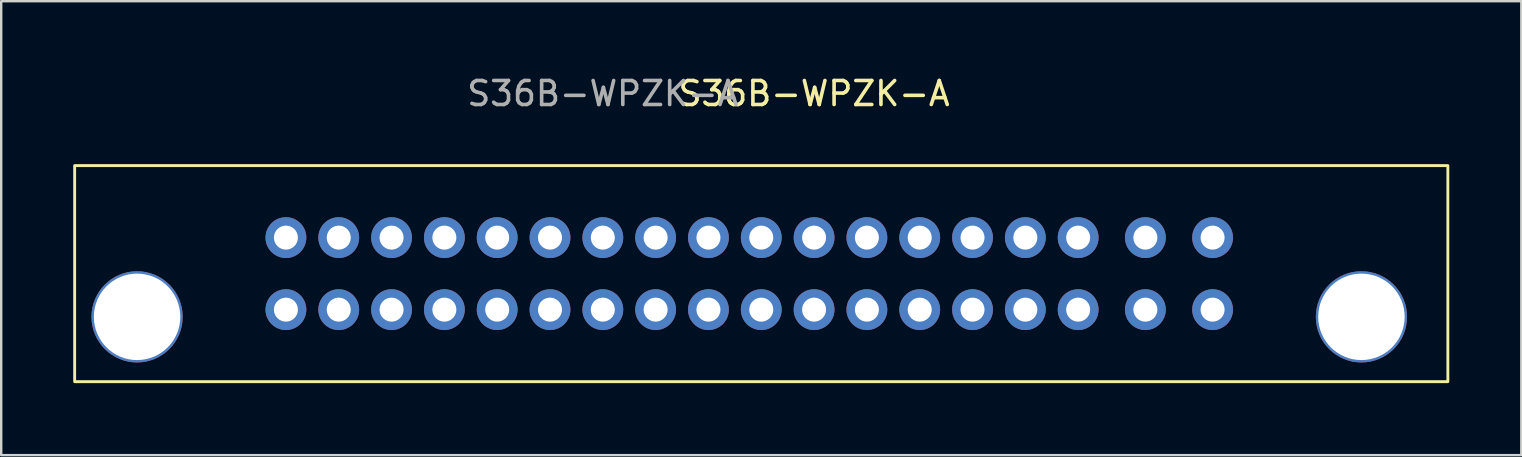
<source format=kicad_pcb>
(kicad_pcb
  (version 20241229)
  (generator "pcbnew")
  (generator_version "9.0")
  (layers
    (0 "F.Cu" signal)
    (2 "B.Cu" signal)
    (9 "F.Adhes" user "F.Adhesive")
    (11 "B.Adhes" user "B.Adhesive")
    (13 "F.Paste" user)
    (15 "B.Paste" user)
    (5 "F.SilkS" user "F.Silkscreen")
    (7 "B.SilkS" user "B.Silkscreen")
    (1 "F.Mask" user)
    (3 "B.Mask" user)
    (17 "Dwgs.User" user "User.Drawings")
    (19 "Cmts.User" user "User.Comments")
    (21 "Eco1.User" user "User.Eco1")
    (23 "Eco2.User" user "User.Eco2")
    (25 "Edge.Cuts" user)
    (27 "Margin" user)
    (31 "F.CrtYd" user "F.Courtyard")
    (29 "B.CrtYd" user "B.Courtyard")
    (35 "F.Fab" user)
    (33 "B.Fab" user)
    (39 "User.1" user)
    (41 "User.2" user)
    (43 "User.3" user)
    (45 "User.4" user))
  (footprint "S36B-WPZK-A"
    (layer "F.Cu")
    (at 25.46 6.848)
    (property "Reference" "S36B-WPZK-A" (at 5.4 -6 0) (unlocked yes) (layer "F.SilkS") (effects (font (size 1 1) (thickness 0.15))))
    (attr through_hole)
    (fp_rect (start -25.4 -3) (end 31.8 6) (stroke (width 0.12) (type solid)) (fill no) (layer "F.SilkS"))
    (fp_text user "${REFERENCE}" (at -3.4 -6 0) (unlocked yes) (layer "F.Fab") (effects (font (size 1 1) (thickness 0.15))))
    (pad "" np_thru_hole circle (at -22.8 3.3) (size 3.8 3.8) (drill 3.6) (layers "*.Cu" "*.Mask"))
    (pad "" np_thru_hole circle (at 28.2 3.3) (size 3.8 3.8) (drill 3.6) (layers "*.Cu" "*.Mask"))
    (pad "1" thru_hole circle (at -16.6 0) (size 1.7 1.7) (drill 1) (layers "*.Cu" "*.Mask"))
    (pad "2" thru_hole circle (at -14.4 0) (size 1.7 1.7) (drill 1) (layers "*.Cu" "*.Mask"))
    (pad "3" thru_hole circle (at -12.2 0) (size 1.7 1.7) (drill 1) (layers "*.Cu" "*.Mask"))
    (pad "4" thru_hole circle (at -10 0) (size 1.7 1.7) (drill 1) (layers "*.Cu" "*.Mask"))
    (pad "5" thru_hole circle (at -7.8 0) (size 1.7 1.7) (drill 1) (layers "*.Cu" "*.Mask"))
    (pad "6" thru_hole circle (at -5.6 0) (size 1.7 1.7) (drill 1) (layers "*.Cu" "*.Mask"))
    (pad "7" thru_hole circle (at -3.4 0) (size 1.7 1.7) (drill 1) (layers "*.Cu" "*.Mask"))
    (pad "8" thru_hole circle (at -1.2 0) (size 1.7 1.7) (drill 1) (layers "*.Cu" "*.Mask"))
    (pad "9" thru_hole circle (at 1 0) (size 1.7 1.7) (drill 1) (layers "*.Cu" "*.Mask"))
    (pad "10" thru_hole circle (at 3.2 0) (size 1.7 1.7) (drill 1) (layers "*.Cu" "*.Mask"))
    (pad "11" thru_hole circle (at 5.4 0) (size 1.7 1.7) (drill 1) (layers "*.Cu" "*.Mask"))
    (pad "12" thru_hole circle (at 7.6 0) (size 1.7 1.7) (drill 1) (layers "*.Cu" "*.Mask"))
    (pad "13" thru_hole circle (at 9.8 0) (size 1.7 1.7) (drill 1) (layers "*.Cu" "*.Mask"))
    (pad "14" thru_hole circle (at 12 0) (size 1.7 1.7) (drill 1) (layers "*.Cu" "*.Mask"))
    (pad "15" thru_hole circle (at 14.2 0) (size 1.7 1.7) (drill 1) (layers "*.Cu" "*.Mask"))
    (pad "16" thru_hole circle (at 16.4 0) (size 1.7 1.7) (drill 1) (layers "*.Cu" "*.Mask"))
    (pad "17" thru_hole circle (at 19.2 0) (size 1.7 1.7) (drill 1) (layers "*.Cu" "*.Mask"))
    (pad "18" thru_hole circle (at 22 0) (size 1.7 1.7) (drill 1) (layers "*.Cu" "*.Mask"))
    (pad "19" thru_hole circle (at -16.6 3) (size 1.7 1.7) (drill 1) (layers "*.Cu" "*.Mask"))
    (pad "20" thru_hole circle (at -14.4 3) (size 1.7 1.7) (drill 1) (layers "*.Cu" "*.Mask"))
    (pad "21" thru_hole circle (at -12.2 3) (size 1.7 1.7) (drill 1) (layers "*.Cu" "*.Mask"))
    (pad "22" thru_hole circle (at -10 3) (size 1.7 1.7) (drill 1) (layers "*.Cu" "*.Mask"))
    (pad "23" thru_hole circle (at -7.8 3) (size 1.7 1.7) (drill 1) (layers "*.Cu" "*.Mask"))
    (pad "24" thru_hole circle (at -5.6 3) (size 1.7 1.7) (drill 1) (layers "*.Cu" "*.Mask"))
    (pad "25" thru_hole circle (at -3.4 3) (size 1.7 1.7) (drill 1) (layers "*.Cu" "*.Mask"))
    (pad "26" thru_hole circle (at -1.2 3) (size 1.7 1.7) (drill 1) (layers "*.Cu" "*.Mask"))
    (pad "27" thru_hole circle (at 1 3) (size 1.7 1.7) (drill 1) (layers "*.Cu" "*.Mask"))
    (pad "28" thru_hole circle (at 3.2 3) (size 1.7 1.7) (drill 1) (layers "*.Cu" "*.Mask"))
    (pad "29" thru_hole circle (at 5.4 3) (size 1.7 1.7) (drill 1) (layers "*.Cu" "*.Mask"))
    (pad "30" thru_hole circle (at 7.6 3) (size 1.7 1.7) (drill 1) (layers "*.Cu" "*.Mask"))
    (pad "31" thru_hole circle (at 9.8 3) (size 1.7 1.7) (drill 1) (layers "*.Cu" "*.Mask"))
    (pad "32" thru_hole circle (at 12 3) (size 1.7 1.7) (drill 1) (layers "*.Cu" "*.Mask"))
    (pad "33" thru_hole circle (at 14.2 3) (size 1.7 1.7) (drill 1) (layers "*.Cu" "*.Mask"))
    (pad "34" thru_hole circle (at 16.4 3) (size 1.7 1.7) (drill 1) (layers "*.Cu" "*.Mask"))
    (pad "35" thru_hole circle (at 19.2 3) (size 1.7 1.7) (drill 1) (layers "*.Cu" "*.Mask"))
    (pad "36" thru_hole circle (at 22 3) (size 1.7 1.7) (drill 1) (layers "*.Cu" "*.Mask")))
  (gr_rect
    (start -3 -3)
    (end 60.32 15.908)
    (stroke (width 0.1) (type default))
    (fill no)
    (layer "Edge.Cuts")))
</source>
